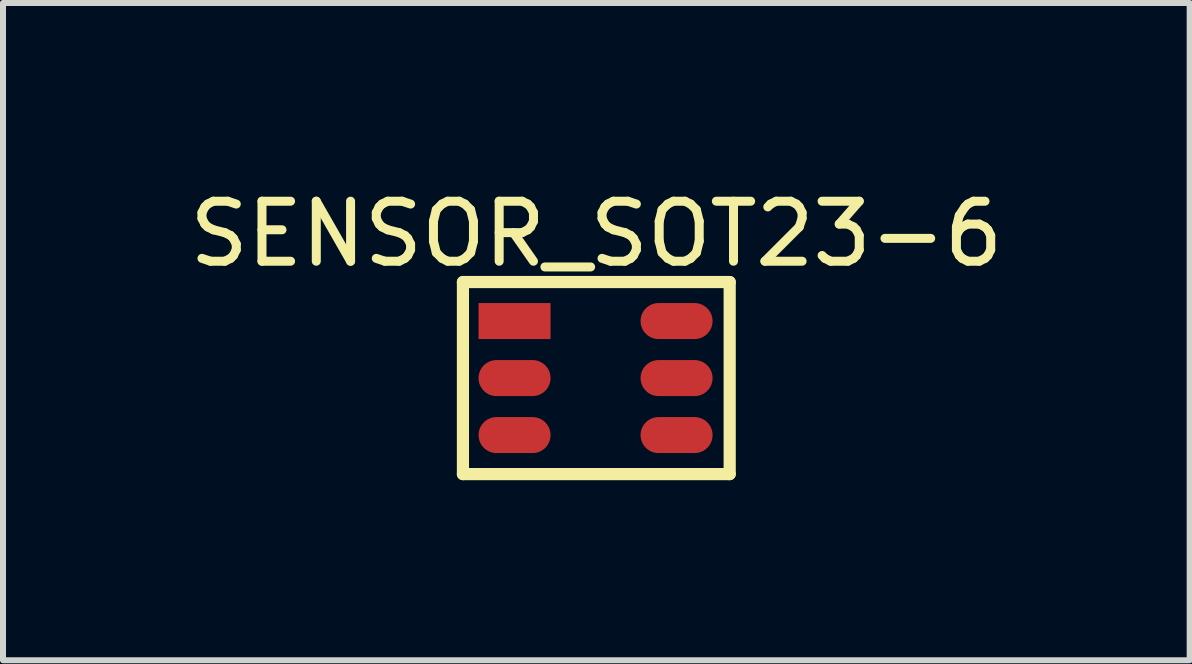
<source format=kicad_pcb>
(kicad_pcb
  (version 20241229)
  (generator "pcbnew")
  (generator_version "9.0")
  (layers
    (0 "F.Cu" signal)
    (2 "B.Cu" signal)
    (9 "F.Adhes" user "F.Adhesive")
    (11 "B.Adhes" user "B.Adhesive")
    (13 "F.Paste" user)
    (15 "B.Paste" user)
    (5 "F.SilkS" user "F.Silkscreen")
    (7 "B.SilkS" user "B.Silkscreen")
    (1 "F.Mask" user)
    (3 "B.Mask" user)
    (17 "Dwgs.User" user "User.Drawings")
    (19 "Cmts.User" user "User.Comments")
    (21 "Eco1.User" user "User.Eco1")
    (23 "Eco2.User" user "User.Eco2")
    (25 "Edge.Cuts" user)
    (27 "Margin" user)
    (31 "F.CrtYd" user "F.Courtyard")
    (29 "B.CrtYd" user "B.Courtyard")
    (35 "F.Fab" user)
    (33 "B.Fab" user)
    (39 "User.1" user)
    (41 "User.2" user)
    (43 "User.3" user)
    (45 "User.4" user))
  (footprint "SENSOR_SOT23-6"
    (layer "F.Cu")
    (at 6.874 3.25)
    (property "Reference" "SENSOR_SOT23-6" (at 0.013 -2.402 0) (layer "F.SilkS") (effects (font (size 1 1) (thickness 0.15))))
    (fp_line (start -2.21 -1.6) (end 2.235 -1.6) (stroke (width 0.203) (type solid)) (layer "F.SilkS"))
    (fp_line (start -2.21 1.6) (end -2.21 -1.6) (stroke (width 0.203) (type solid)) (layer "F.SilkS"))
    (fp_line (start -2.21 1.6) (end 2.235 1.6) (stroke (width 0.203) (type solid)) (layer "F.SilkS"))
    (fp_line (start 2.235 1.6) (end 2.235 -1.6) (stroke (width 0.203) (type solid)) (layer "F.SilkS"))
    (pad "1" smd rect (at -1.35 -0.95 90) (size 0.6 1.2) (layers "F.Cu" "F.Mask" "F.Paste"))
    (pad "2" smd oval (at -1.35 0 90) (size 0.6 1.2) (layers "F.Cu" "F.Mask" "F.Paste"))
    (pad "3" smd oval (at -1.35 0.95 90) (size 0.6 1.2) (layers "F.Cu" "F.Mask" "F.Paste"))
    (pad "4" smd oval (at 1.35 0.95 90) (size 0.6 1.2) (layers "F.Cu" "F.Mask" "F.Paste"))
    (pad "5" smd oval (at 1.35 0 90) (size 0.6 1.2) (layers "F.Cu" "F.Mask" "F.Paste"))
    (pad "6" smd oval (at 1.35 -0.95 90) (size 0.6 1.2) (layers "F.Cu" "F.Mask" "F.Paste")))
  (gr_rect
    (start -3 -3)
    (end 16.774 7.952)
    (stroke (width 0.1) (type default))
    (fill no)
    (layer "Edge.Cuts")))
</source>
